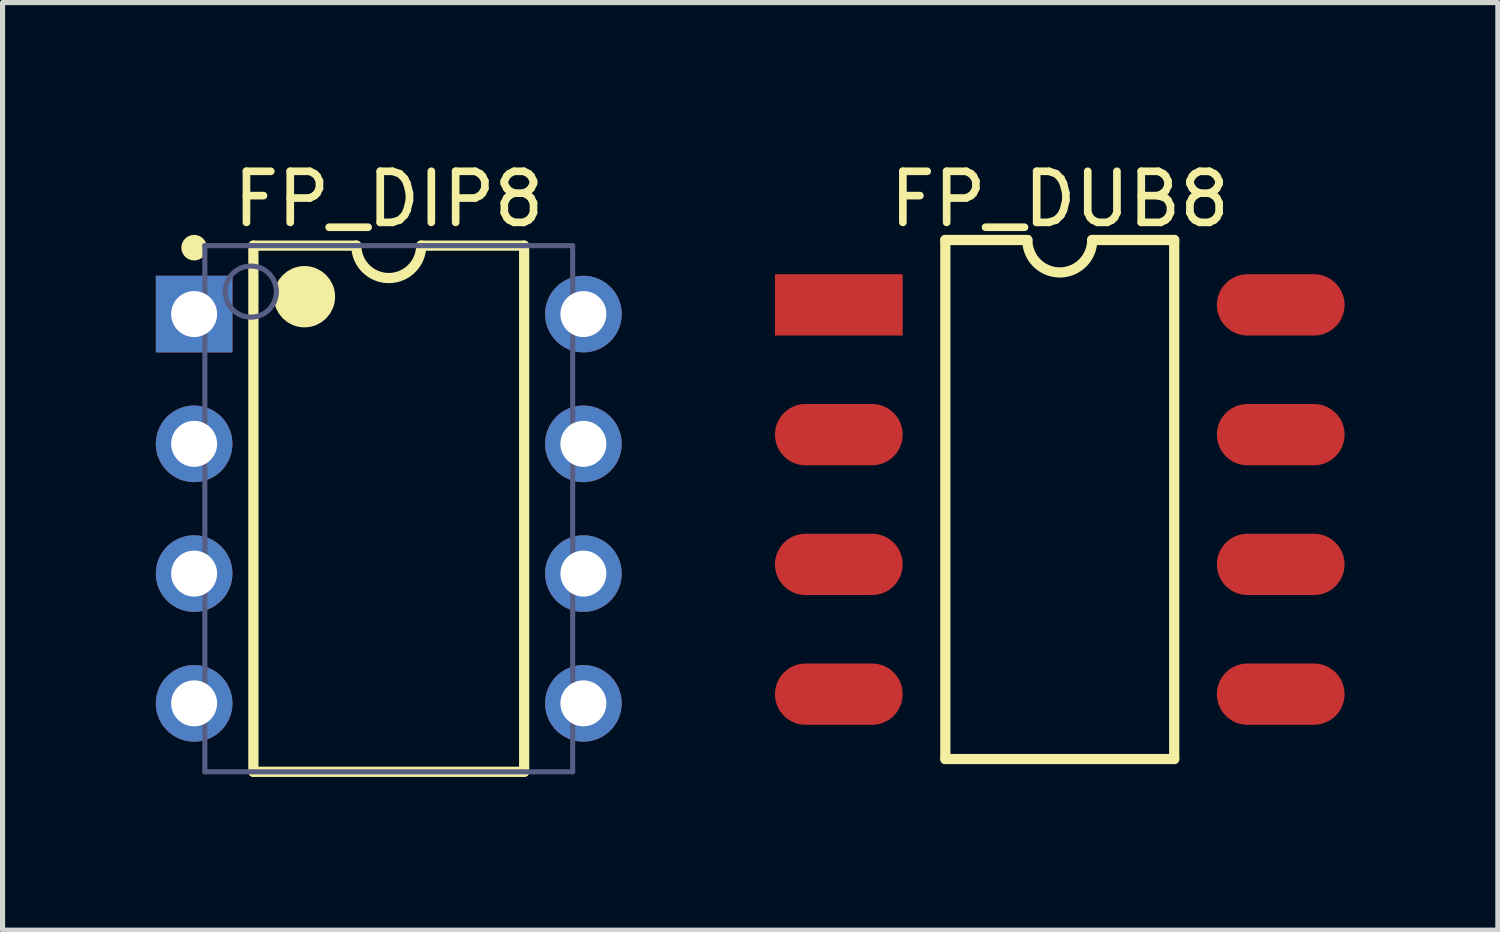
<source format=kicad_pcb>
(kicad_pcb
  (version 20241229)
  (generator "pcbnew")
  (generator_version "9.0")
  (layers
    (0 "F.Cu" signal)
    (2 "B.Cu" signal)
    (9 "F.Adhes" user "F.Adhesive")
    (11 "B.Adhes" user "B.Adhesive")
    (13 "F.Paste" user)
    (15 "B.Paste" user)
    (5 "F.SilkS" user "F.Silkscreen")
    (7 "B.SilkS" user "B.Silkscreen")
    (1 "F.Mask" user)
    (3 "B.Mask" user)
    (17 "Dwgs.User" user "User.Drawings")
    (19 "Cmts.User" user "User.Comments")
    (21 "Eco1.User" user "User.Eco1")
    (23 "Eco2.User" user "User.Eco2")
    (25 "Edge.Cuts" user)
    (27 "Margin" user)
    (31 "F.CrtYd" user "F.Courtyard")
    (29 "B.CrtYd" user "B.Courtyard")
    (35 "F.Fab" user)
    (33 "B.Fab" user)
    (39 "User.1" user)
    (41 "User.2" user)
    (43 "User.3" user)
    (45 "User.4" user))
  (footprint "FP_DIP8"
    (layer "F.Cu")
    (at 4.56 6.908)
    (property "Reference" "FP_DIP8" (at 0 -6.06 0) (layer "F.SilkS") (effects (font (size 1 1) (thickness 0.15))))
    (fp_line (start -2.65 -5.15) (end -0.635 -5.15) (stroke (width 0.2) (type solid)) (layer "F.SilkS"))
    (fp_line (start -2.65 5.15) (end -2.65 -5.15) (stroke (width 0.2) (type solid)) (layer "F.SilkS"))
    (fp_line (start -2.65 5.15) (end 2.65 5.15) (stroke (width 0.2) (type solid)) (layer "F.SilkS"))
    (fp_line (start 0.635 -5.15) (end 2.65 -5.15) (stroke (width 0.2) (type solid)) (layer "F.SilkS"))
    (fp_line (start 2.65 5.15) (end 2.65 -5.15) (stroke (width 0.2) (type solid)) (layer "F.SilkS"))
    (fp_arc (start 0.635 -5.15) (mid 0 -4.515) (end -0.635 -5.15) (stroke (width 0.2) (type solid)) (layer "F.SilkS"))
    (fp_circle (center -3.81 -5.11) (end -3.81 -5.235) (stroke (width 0.25) (type solid)) (fill no) (layer "F.SilkS"))
    (fp_circle (center -1.65 -4.15) (end -1.65 -4.45) (stroke (width 0.6) (type solid)) (fill no) (layer "F.SilkS"))
    (fp_line (start -0.5 0) (end 0.5 0) (stroke (width 0.1) (type solid)) (layer "Eco2.User"))
    (fp_line (start 0 0.5) (end 0 -0.5) (stroke (width 0.1) (type solid)) (layer "Eco2.User"))
    (fp_line (start -3.6 -5.15) (end 3.6 -5.15) (stroke (width 0.1) (type solid)) (layer "B.Fab"))
    (fp_line (start -3.6 5.15) (end -3.6 -5.15) (stroke (width 0.1) (type solid)) (layer "B.Fab"))
    (fp_line (start -3.6 5.15) (end 3.6 5.15) (stroke (width 0.1) (type solid)) (layer "B.Fab"))
    (fp_line (start 3.6 5.15) (end 3.6 -5.15) (stroke (width 0.1) (type solid)) (layer "B.Fab"))
    (fp_circle (center -2.7 -4.25) (end -2.7 -4.75) (stroke (width 0.1) (type solid)) (fill no) (layer "B.Fab"))
    (pad "1" thru_hole rect (at -3.81 -3.81) (size 1.5 1.5) (drill 0.9) (layers "*.Cu" "*.Mask"))
    (pad "2" thru_hole circle (at -3.81 -1.27) (size 1.5 1.5) (drill 0.9) (layers "*.Cu" "*.Mask"))
    (pad "3" thru_hole circle (at -3.81 1.27) (size 1.5 1.5) (drill 0.9) (layers "*.Cu" "*.Mask"))
    (pad "4" thru_hole circle (at -3.81 3.81) (size 1.5 1.5) (drill 0.9) (layers "*.Cu" "*.Mask"))
    (pad "5" thru_hole circle (at 3.81 3.81) (size 1.5 1.5) (drill 0.9) (layers "*.Cu" "*.Mask"))
    (pad "6" thru_hole circle (at 3.81 1.27) (size 1.5 1.5) (drill 0.9) (layers "*.Cu" "*.Mask"))
    (pad "7" thru_hole circle (at 3.81 -1.27) (size 1.5 1.5) (drill 0.9) (layers "*.Cu" "*.Mask"))
    (pad "8" thru_hole circle (at 3.81 -3.81) (size 1.5 1.5) (drill 0.9) (layers "*.Cu" "*.Mask")))
  (footprint "FP_DUB8"
    (layer "F.Cu")
    (at 13.37 2.918)
    (property "Reference" "FP_DUB8" (at 4.325 -2.07 0) (layer "F.SilkS") (effects (font (size 1 1) (thickness 0.15))))
    (fp_line (start 2.085 -1.27) (end 3.69 -1.27) (stroke (width 0.2) (type solid)) (layer "F.SilkS"))
    (fp_line (start 2.085 8.89) (end 2.085 -1.27) (stroke (width 0.2) (type solid)) (layer "F.SilkS"))
    (fp_line (start 2.085 8.89) (end 6.565 8.89) (stroke (width 0.2) (type solid)) (layer "F.SilkS"))
    (fp_line (start 4.96 -1.27) (end 6.565 -1.27) (stroke (width 0.2) (type solid)) (layer "F.SilkS"))
    (fp_line (start 6.565 8.89) (end 6.565 -1.27) (stroke (width 0.2) (type solid)) (layer "F.SilkS"))
    (fp_arc (start 4.96 -1.27) (mid 4.325 -0.635) (end 3.69 -1.27) (stroke (width 0.2) (type solid)) (layer "F.SilkS"))
    (pad "1" smd rect (at 0 0) (size 2.5 1.2) (layers "F.Cu" "F.Mask" "F.Paste"))
    (pad "2" smd oval (at 0 2.54) (size 2.5 1.2) (layers "F.Cu" "F.Mask" "F.Paste"))
    (pad "3" smd oval (at 0 5.08) (size 2.5 1.2) (layers "F.Cu" "F.Mask" "F.Paste"))
    (pad "4" smd oval (at 0 7.62) (size 2.5 1.2) (layers "F.Cu" "F.Mask" "F.Paste"))
    (pad "5" smd oval (at 8.65 7.62) (size 2.5 1.2) (layers "F.Cu" "F.Mask" "F.Paste"))
    (pad "6" smd oval (at 8.65 5.08) (size 2.5 1.2) (layers "F.Cu" "F.Mask" "F.Paste"))
    (pad "7" smd oval (at 8.65 2.54) (size 2.5 1.2) (layers "F.Cu" "F.Mask" "F.Paste"))
    (pad "8" smd oval (at 8.65 0) (size 2.5 1.2) (layers "F.Cu" "F.Mask" "F.Paste")))
  (gr_rect
    (start -3 -3)
    (end 26.27 15.158)
    (stroke (width 0.1) (type default))
    (fill no)
    (layer "Edge.Cuts")))
</source>
